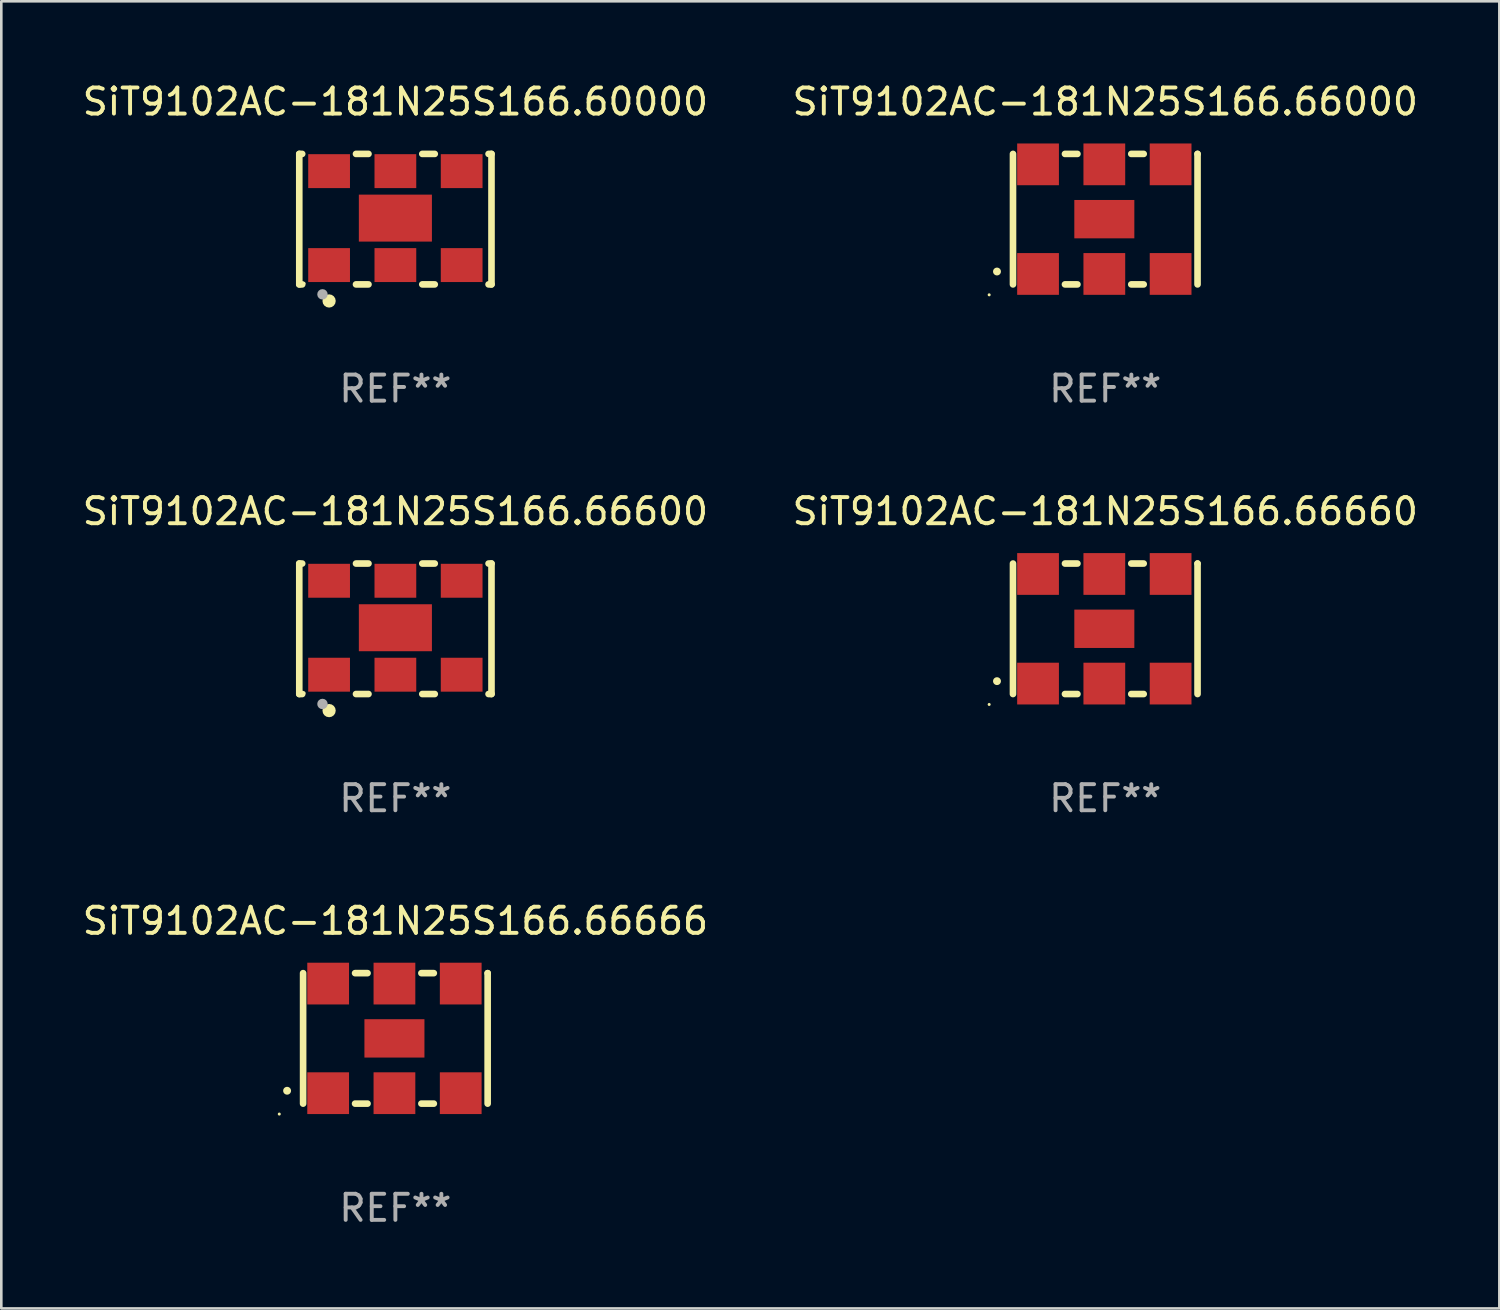
<source format=kicad_pcb>
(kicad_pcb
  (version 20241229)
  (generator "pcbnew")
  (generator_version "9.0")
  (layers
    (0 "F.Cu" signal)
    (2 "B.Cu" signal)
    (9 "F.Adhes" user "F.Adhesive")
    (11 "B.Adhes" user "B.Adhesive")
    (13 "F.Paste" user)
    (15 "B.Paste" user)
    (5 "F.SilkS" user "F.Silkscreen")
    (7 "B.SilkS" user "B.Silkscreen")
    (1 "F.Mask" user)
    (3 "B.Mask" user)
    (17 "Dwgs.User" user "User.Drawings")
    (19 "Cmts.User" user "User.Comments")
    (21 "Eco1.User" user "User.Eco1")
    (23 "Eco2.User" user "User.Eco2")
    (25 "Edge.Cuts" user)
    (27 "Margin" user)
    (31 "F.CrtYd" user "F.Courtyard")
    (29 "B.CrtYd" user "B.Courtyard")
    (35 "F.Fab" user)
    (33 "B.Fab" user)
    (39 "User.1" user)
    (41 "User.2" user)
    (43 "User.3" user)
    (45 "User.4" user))
  (footprint "SiT9102AC-181N25S166.66666"
    (layer "F.Cu")
    (at 12.101 36.741)
    (property "Reference" "SiT9102AC-181N25S166.66666" (at 0 -4.5 0) (layer "F.SilkS") (effects (font (size 1 1) (thickness 0.15))))
    (attr through_hole)
    (fp_line (start -3.536 -2.5) (end -3.536 2.5) (stroke (width 0.254) (type solid)) (layer "F.SilkS"))
    (fp_line (start -1.544 2.5) (end -1.067 2.5) (stroke (width 0.254) (type solid)) (layer "F.SilkS"))
    (fp_line (start -1.067 -2.5) (end -1.544 -2.5) (stroke (width 0.254) (type solid)) (layer "F.SilkS"))
    (fp_line (start 0.996 2.5) (end 1.473 2.5) (stroke (width 0.254) (type solid)) (layer "F.SilkS"))
    (fp_line (start 1.473 -2.5) (end 0.996 -2.5) (stroke (width 0.254) (type solid)) (layer "F.SilkS"))
    (fp_line (start 3.536 -2.5) (end 3.536 -2.5) (stroke (width 0.254) (type solid)) (layer "F.SilkS"))
    (fp_line (start 3.536 2.5) (end 3.536 -2.5) (stroke (width 0.254) (type solid)) (layer "F.SilkS"))
    (fp_arc (start -4.150432 2.006604) (mid -4.149162 2.006599) (end -4.147892 2.006604) (stroke (width 0.3) (type solid)) (layer "F.SilkS"))
    (fp_circle (center -4.449 2.9) (end -4.419 2.9) (stroke (width 0.06) (type solid)) (fill no) (layer "F.SilkS"))
    (fp_text user "REF**" (at 0 6.5 0) (layer "F.Fab") (effects (font (size 1 1) (thickness 0.15))))
    (pad "1" smd rect (at -2.576 2.1) (size 1.6 1.6) (layers "F.Cu" "F.Mask" "F.Paste"))
    (pad "2" smd rect (at -0.036 2.1) (size 1.6 1.6) (layers "F.Cu" "F.Mask" "F.Paste"))
    (pad "3" smd rect (at 2.504 2.1) (size 1.6 1.6) (layers "F.Cu" "F.Mask" "F.Paste"))
    (pad "4" smd rect (at 2.504 -2.1) (size 1.6 1.6) (layers "F.Cu" "F.Mask" "F.Paste"))
    (pad "5" smd rect (at -0.036 -2.1) (size 1.6 1.6) (layers "F.Cu" "F.Mask" "F.Paste"))
    (pad "6" smd rect (at -2.576 -2.1) (size 1.6 1.6) (layers "F.Cu" "F.Mask" "F.Paste"))
    (pad "7" smd rect (at -0.036 0) (size 2.3 1.47) (layers "F.Cu" "F.Mask" "F.Paste")))
  (footprint "SiT9102AC-181N25S166.60000"
    (layer "F.Cu")
    (at 12.101 5.348)
    (property "Reference" "SiT9102AC-181N25S166.60000" (at 0 -4.5 0) (layer "F.SilkS") (effects (font (size 1 1) (thickness 0.15))))
    (attr through_hole)
    (fp_line (start -3.683 -2.5) (end -3.571 -2.5) (stroke (width 0.254) (type solid)) (layer "F.SilkS"))
    (fp_line (start -3.683 2.5) (end -3.683 -2.5) (stroke (width 0.254) (type solid)) (layer "F.SilkS"))
    (fp_line (start -3.683 2.5) (end -3.571 2.5) (stroke (width 0.254) (type solid)) (layer "F.SilkS"))
    (fp_line (start -1.509 -2.5) (end -1.031 -2.5) (stroke (width 0.254) (type solid)) (layer "F.SilkS"))
    (fp_line (start -1.509 2.5) (end -1.031 2.5) (stroke (width 0.254) (type solid)) (layer "F.SilkS"))
    (fp_line (start 1.031 -2.5) (end 1.509 -2.5) (stroke (width 0.254) (type solid)) (layer "F.SilkS"))
    (fp_line (start 1.031 2.5) (end 1.509 2.5) (stroke (width 0.254) (type solid)) (layer "F.SilkS"))
    (fp_line (start 3.571 -2.5) (end 3.683 -2.5) (stroke (width 0.254) (type solid)) (layer "F.SilkS"))
    (fp_line (start 3.571 2.5) (end 3.683 2.5) (stroke (width 0.254) (type solid)) (layer "F.SilkS"))
    (fp_line (start 3.683 2.5) (end 3.683 -2.5) (stroke (width 0.254) (type solid)) (layer "F.SilkS"))
    (fp_circle (center -3.5 2.46) (end -3.47 2.46) (stroke (width 0.06) (type solid)) (fill no) (layer "F.SilkS"))
    (fp_circle (center -2.54 3.135) (end -2.413 3.135) (stroke (width 0.254) (type solid)) (fill no) (layer "F.SilkS"))
    (fp_circle (center -2.794 2.881) (end -2.694 2.881) (stroke (width 0.2) (type solid)) (fill no) (layer "F.Fab"))
    (fp_text user "REF**" (at 0 6.5 0) (layer "F.Fab") (effects (font (size 1 1) (thickness 0.15))))
    (pad "1" smd rect (at -2.54 1.76) (size 1.6 1.3) (layers "F.Cu" "F.Mask" "F.Paste"))
    (pad "2" smd rect (at 0 1.76) (size 1.6 1.3) (layers "F.Cu" "F.Mask" "F.Paste"))
    (pad "3" smd rect (at 2.54 1.76) (size 1.6 1.3) (layers "F.Cu" "F.Mask" "F.Paste"))
    (pad "4" smd rect (at 2.54 -1.84) (size 1.6 1.3) (layers "F.Cu" "F.Mask" "F.Paste"))
    (pad "5" smd rect (at 0 -1.84) (size 1.6 1.3) (layers "F.Cu" "F.Mask" "F.Paste"))
    (pad "6" smd rect (at -2.54 -1.84) (size 1.6 1.3) (layers "F.Cu" "F.Mask" "F.Paste"))
    (pad "7" smd rect (at 0 -0.04) (size 2.8 1.8) (layers "F.Cu" "F.Mask" "F.Paste")))
  (footprint "SiT9102AC-181N25S166.66000"
    (layer "F.Cu")
    (at 39.304 5.348)
    (property "Reference" "SiT9102AC-181N25S166.66000" (at 0 -4.5 0) (layer "F.SilkS") (effects (font (size 1 1) (thickness 0.15))))
    (attr through_hole)
    (fp_line (start -3.536 -2.5) (end -3.536 2.5) (stroke (width 0.254) (type solid)) (layer "F.SilkS"))
    (fp_line (start -1.544 2.5) (end -1.067 2.5) (stroke (width 0.254) (type solid)) (layer "F.SilkS"))
    (fp_line (start -1.067 -2.5) (end -1.544 -2.5) (stroke (width 0.254) (type solid)) (layer "F.SilkS"))
    (fp_line (start 0.996 2.5) (end 1.473 2.5) (stroke (width 0.254) (type solid)) (layer "F.SilkS"))
    (fp_line (start 1.473 -2.5) (end 0.996 -2.5) (stroke (width 0.254) (type solid)) (layer "F.SilkS"))
    (fp_line (start 3.536 -2.5) (end 3.536 -2.5) (stroke (width 0.254) (type solid)) (layer "F.SilkS"))
    (fp_line (start 3.536 2.5) (end 3.536 -2.5) (stroke (width 0.254) (type solid)) (layer "F.SilkS"))
    (fp_arc (start -4.150432 2.006604) (mid -4.149162 2.006599) (end -4.147892 2.006604) (stroke (width 0.3) (type solid)) (layer "F.SilkS"))
    (fp_circle (center -4.449 2.9) (end -4.419 2.9) (stroke (width 0.06) (type solid)) (fill no) (layer "F.SilkS"))
    (fp_text user "REF**" (at 0 6.5 0) (layer "F.Fab") (effects (font (size 1 1) (thickness 0.15))))
    (pad "1" smd rect (at -2.576 2.1) (size 1.6 1.6) (layers "F.Cu" "F.Mask" "F.Paste"))
    (pad "2" smd rect (at -0.036 2.1) (size 1.6 1.6) (layers "F.Cu" "F.Mask" "F.Paste"))
    (pad "3" smd rect (at 2.504 2.1) (size 1.6 1.6) (layers "F.Cu" "F.Mask" "F.Paste"))
    (pad "4" smd rect (at 2.504 -2.1) (size 1.6 1.6) (layers "F.Cu" "F.Mask" "F.Paste"))
    (pad "5" smd rect (at -0.036 -2.1) (size 1.6 1.6) (layers "F.Cu" "F.Mask" "F.Paste"))
    (pad "6" smd rect (at -2.576 -2.1) (size 1.6 1.6) (layers "F.Cu" "F.Mask" "F.Paste"))
    (pad "7" smd rect (at -0.036 0) (size 2.3 1.47) (layers "F.Cu" "F.Mask" "F.Paste")))
  (footprint "SiT9102AC-181N25S166.66600"
    (layer "F.Cu")
    (at 12.101 21.045)
    (property "Reference" "SiT9102AC-181N25S166.66600" (at 0 -4.5 0) (layer "F.SilkS") (effects (font (size 1 1) (thickness 0.15))))
    (attr through_hole)
    (fp_line (start -3.683 -2.5) (end -3.571 -2.5) (stroke (width 0.254) (type solid)) (layer "F.SilkS"))
    (fp_line (start -3.683 2.5) (end -3.683 -2.5) (stroke (width 0.254) (type solid)) (layer "F.SilkS"))
    (fp_line (start -3.683 2.5) (end -3.571 2.5) (stroke (width 0.254) (type solid)) (layer "F.SilkS"))
    (fp_line (start -1.509 -2.5) (end -1.031 -2.5) (stroke (width 0.254) (type solid)) (layer "F.SilkS"))
    (fp_line (start -1.509 2.5) (end -1.031 2.5) (stroke (width 0.254) (type solid)) (layer "F.SilkS"))
    (fp_line (start 1.031 -2.5) (end 1.509 -2.5) (stroke (width 0.254) (type solid)) (layer "F.SilkS"))
    (fp_line (start 1.031 2.5) (end 1.509 2.5) (stroke (width 0.254) (type solid)) (layer "F.SilkS"))
    (fp_line (start 3.571 -2.5) (end 3.683 -2.5) (stroke (width 0.254) (type solid)) (layer "F.SilkS"))
    (fp_line (start 3.571 2.5) (end 3.683 2.5) (stroke (width 0.254) (type solid)) (layer "F.SilkS"))
    (fp_line (start 3.683 2.5) (end 3.683 -2.5) (stroke (width 0.254) (type solid)) (layer "F.SilkS"))
    (fp_circle (center -3.5 2.46) (end -3.47 2.46) (stroke (width 0.06) (type solid)) (fill no) (layer "F.SilkS"))
    (fp_circle (center -2.54 3.135) (end -2.413 3.135) (stroke (width 0.254) (type solid)) (fill no) (layer "F.SilkS"))
    (fp_circle (center -2.794 2.881) (end -2.694 2.881) (stroke (width 0.2) (type solid)) (fill no) (layer "F.Fab"))
    (fp_text user "REF**" (at 0 6.5 0) (layer "F.Fab") (effects (font (size 1 1) (thickness 0.15))))
    (pad "1" smd rect (at -2.54 1.76) (size 1.6 1.3) (layers "F.Cu" "F.Mask" "F.Paste"))
    (pad "2" smd rect (at 0 1.76) (size 1.6 1.3) (layers "F.Cu" "F.Mask" "F.Paste"))
    (pad "3" smd rect (at 2.54 1.76) (size 1.6 1.3) (layers "F.Cu" "F.Mask" "F.Paste"))
    (pad "4" smd rect (at 2.54 -1.84) (size 1.6 1.3) (layers "F.Cu" "F.Mask" "F.Paste"))
    (pad "5" smd rect (at 0 -1.84) (size 1.6 1.3) (layers "F.Cu" "F.Mask" "F.Paste"))
    (pad "6" smd rect (at -2.54 -1.84) (size 1.6 1.3) (layers "F.Cu" "F.Mask" "F.Paste"))
    (pad "7" smd rect (at 0 -0.04) (size 2.8 1.8) (layers "F.Cu" "F.Mask" "F.Paste")))
  (footprint "SiT9102AC-181N25S166.66660"
    (layer "F.Cu")
    (at 39.304 21.045)
    (property "Reference" "SiT9102AC-181N25S166.66660" (at 0 -4.5 0) (layer "F.SilkS") (effects (font (size 1 1) (thickness 0.15))))
    (attr through_hole)
    (fp_line (start -3.536 -2.5) (end -3.536 2.5) (stroke (width 0.254) (type solid)) (layer "F.SilkS"))
    (fp_line (start -1.544 2.5) (end -1.067 2.5) (stroke (width 0.254) (type solid)) (layer "F.SilkS"))
    (fp_line (start -1.067 -2.5) (end -1.544 -2.5) (stroke (width 0.254) (type solid)) (layer "F.SilkS"))
    (fp_line (start 0.996 2.5) (end 1.473 2.5) (stroke (width 0.254) (type solid)) (layer "F.SilkS"))
    (fp_line (start 1.473 -2.5) (end 0.996 -2.5) (stroke (width 0.254) (type solid)) (layer "F.SilkS"))
    (fp_line (start 3.536 -2.5) (end 3.536 -2.5) (stroke (width 0.254) (type solid)) (layer "F.SilkS"))
    (fp_line (start 3.536 2.5) (end 3.536 -2.5) (stroke (width 0.254) (type solid)) (layer "F.SilkS"))
    (fp_arc (start -4.150432 2.006604) (mid -4.149162 2.006599) (end -4.147892 2.006604) (stroke (width 0.3) (type solid)) (layer "F.SilkS"))
    (fp_circle (center -4.449 2.9) (end -4.419 2.9) (stroke (width 0.06) (type solid)) (fill no) (layer "F.SilkS"))
    (fp_text user "REF**" (at 0 6.5 0) (layer "F.Fab") (effects (font (size 1 1) (thickness 0.15))))
    (pad "1" smd rect (at -2.576 2.1) (size 1.6 1.6) (layers "F.Cu" "F.Mask" "F.Paste"))
    (pad "2" smd rect (at -0.036 2.1) (size 1.6 1.6) (layers "F.Cu" "F.Mask" "F.Paste"))
    (pad "3" smd rect (at 2.504 2.1) (size 1.6 1.6) (layers "F.Cu" "F.Mask" "F.Paste"))
    (pad "4" smd rect (at 2.504 -2.1) (size 1.6 1.6) (layers "F.Cu" "F.Mask" "F.Paste"))
    (pad "5" smd rect (at -0.036 -2.1) (size 1.6 1.6) (layers "F.Cu" "F.Mask" "F.Paste"))
    (pad "6" smd rect (at -2.576 -2.1) (size 1.6 1.6) (layers "F.Cu" "F.Mask" "F.Paste"))
    (pad "7" smd rect (at -0.036 0) (size 2.3 1.47) (layers "F.Cu" "F.Mask" "F.Paste")))
  (gr_rect
    (start -3 -3)
    (end 54.405 47.09)
    (stroke (width 0.1) (type default))
    (fill no)
    (layer "Edge.Cuts")))
</source>
